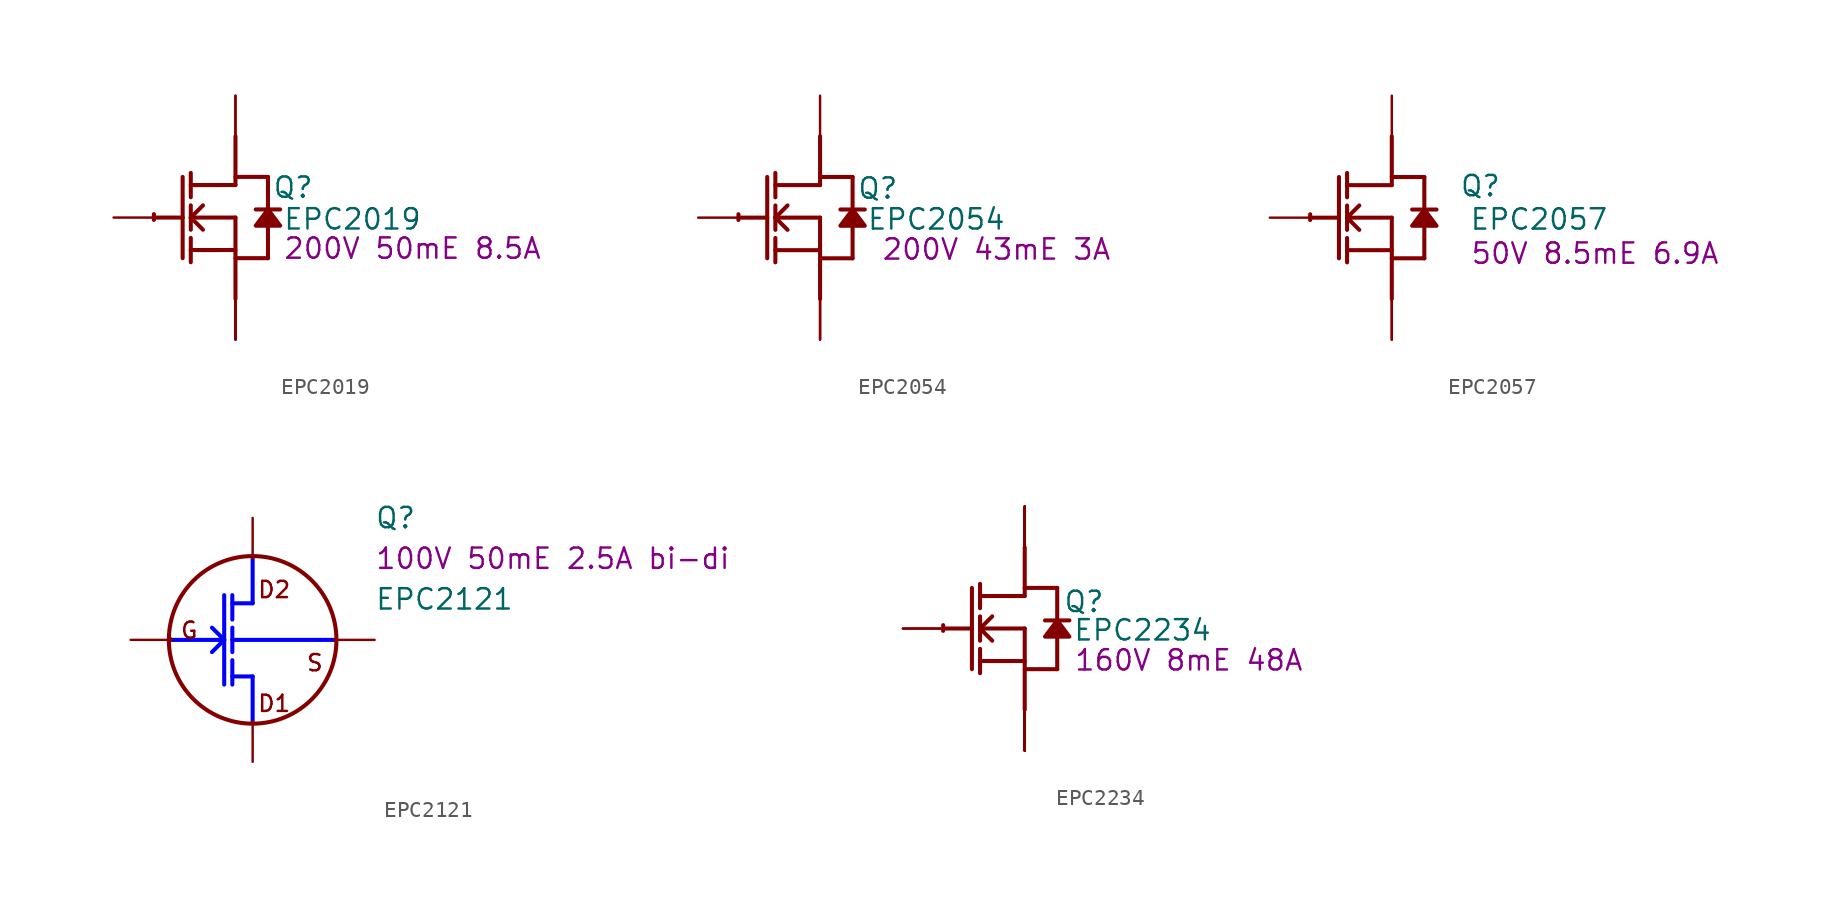
<source format=kicad_sym>
(kicad_symbol_lib
  (version 20220914)
  (generator kicad_symbol_editor)
  (symbol "EPC2019"
    (property "Reference" "Q"
      (at 3.607 1.88 0)
      (effects (font (size 1.27 1.27))))
    (property "Value" "EPC2019"
      (at 7.315 -0.102 0)
      (effects (font (size 1.27 1.27))))
    (property "Description" "200V 50mE 8.5A"
      (at 11.074 -1.93 0)
      (effects (font (size 1.27 1.27))))
    (symbol "EPC2019_1_0"
      (arc (start -5.0996 0.2128) (mid -5.1039 0.0331) (end -5.1019 -0.1467) (stroke (width 0.254) (type solid)) (fill (type none)))
      (polyline (pts (xy -5.08 0) (xy -3.302 0)) (stroke (width 0.254) (type solid)) (fill (type none)))
      (polyline (pts (xy -3.302 2.54) (xy -3.302 -2.54)) (stroke (width 0.254) (type solid)) (fill (type none)))
      (polyline (pts (xy -2.794 -2.794) (xy -2.794 -1.27)) (stroke (width 0.254) (type solid)) (fill (type none)))
      (polyline (pts (xy -2.794 -2.032) (xy -1.016 -2.032)) (stroke (width 0.254) (type solid)) (fill (type none)))
      (polyline (pts (xy -2.794 -0.762) (xy -2.794 0.762)) (stroke (width 0.254) (type solid)) (fill (type none)))
      (polyline (pts (xy -2.794 0) (xy -2.032 0.762)) (stroke (width 0.254) (type solid)) (fill (type none)))
      (polyline (pts (xy -2.794 0) (xy 0 0)) (stroke (width 0.254) (type solid)) (fill (type none)))
      (polyline (pts (xy -2.794 1.27) (xy -2.794 2.794)) (stroke (width 0.254) (type solid)) (fill (type none)))
      (polyline (pts (xy -2.286 -2.032) (xy 0 -2.032)) (stroke (width 0.254) (type solid)) (fill (type none)))
      (polyline (pts (xy -2.032 -0.762) (xy -2.794 0)) (stroke (width 0.254) (type solid)) (fill (type none)))
      (polyline (pts (xy -1.016 2.032) (xy -2.794 2.032)) (stroke (width 0.254) (type solid)) (fill (type none)))
      (polyline (pts (xy 0 -2.54) (xy 2.032 -2.54)) (stroke (width 0.254) (type solid)) (fill (type none)))
      (polyline (pts (xy 0 0) (xy 0 -5.08)) (stroke (width 0.254) (type solid)) (fill (type none)))
      (polyline (pts (xy 0 2.032) (xy -2.54 2.032)) (stroke (width 0.254) (type solid)) (fill (type none)))
      (polyline (pts (xy 0 2.032) (xy 0 5.08)) (stroke (width 0.254) (type solid)) (fill (type none)))
      (polyline (pts (xy 0 2.54) (xy 2.032 2.54)) (stroke (width 0.254) (type solid)) (fill (type none)))
      (polyline (pts (xy 2.032 -0.508) (xy 2.032 -2.54)) (stroke (width 0.254) (type solid)) (fill (type none)))
      (polyline (pts (xy 2.032 2.54) (xy 2.032 0.508)) (stroke (width 0.254) (type solid)) (fill (type none)))
      (polyline (pts (xy 2.794 0.508) (xy 1.27 0.508)) (stroke (width 0.254) (type solid)) (fill (type none)))
      (polyline (pts (xy 2.032 0.508) (xy 1.27 -0.508) (xy 2.794 -0.508) (xy 2.032 0.508)) (stroke (width 0.254) (type solid)) (fill (type outline)))
      (arc (start 0 5.104) (mid 0.0077 5.104) (end 0.0154 5.104) (stroke (width 0.254) (type solid)) (fill (type none)))
      (pin passive line (at -7.62 0 0) (length 2.54) (name "G" (effects (font (size 0 0)))) (number "1" (effects (font (size 0 0)))))
      (pin open_emitter line (at 0 -7.62 90) (length 2.54) (name "S3" (effects (font (size 0 0)))) (number "2" (effects (font (size 0 0)))))
      (pin open_collector line (at 0 7.62 270) (length 2.54) (name "D1" (effects (font (size 0 0)))) (number "3" (effects (font (size 0 0)))))
      (pin open_emitter line (at 0 -7.62 90) (length 2.54) (name "S1" (effects (font (size 0 0)))) (number "4" (effects (font (size 0 0)))))
      (pin open_collector line (at 0 7.62 270) (length 2.54) (name "D2" (effects (font (size 0 0)))) (number "5" (effects (font (size 0 0)))))
      (pin open_emitter line (at 0 -7.62 90) (length 2.54) (name "S2" (effects (font (size 0 0)))) (number "6" (effects (font (size 0 0)))))
      (pin open_emitter line (at 0 -7.62 90) (length 2.54) (name "Sub" (effects (font (size 0 0)))) (number "7" (effects (font (size 0 0)))))))
  (symbol "EPC2054"
    (property "Reference" "Q"
      (at 3.607 1.829 0)
      (effects (font (size 1.27 1.27))))
    (property "Value" "EPC2054"
      (at 7.264 -0.102 0)
      (effects (font (size 1.27 1.27))))
    (property "Description" "200V 43mE 3A"
      (at 11.024 -1.981 0)
      (effects (font (size 1.27 1.27))))
    (symbol "EPC2054_1_0"
      (arc (start -5.0996 0.2128) (mid -5.1039 0.0331) (end -5.1019 -0.1467) (stroke (width 0.254) (type solid)) (fill (type none)))
      (polyline (pts (xy -5.08 0) (xy -3.302 0)) (stroke (width 0.254) (type solid)) (fill (type none)))
      (polyline (pts (xy -3.302 2.54) (xy -3.302 -2.54)) (stroke (width 0.254) (type solid)) (fill (type none)))
      (polyline (pts (xy -2.794 -2.794) (xy -2.794 -1.27)) (stroke (width 0.254) (type solid)) (fill (type none)))
      (polyline (pts (xy -2.794 -2.032) (xy 0 -2.032)) (stroke (width 0.254) (type solid)) (fill (type none)))
      (polyline (pts (xy -2.794 -0.762) (xy -2.794 0.762)) (stroke (width 0.254) (type solid)) (fill (type none)))
      (polyline (pts (xy -2.794 0) (xy -2.032 0.762)) (stroke (width 0.254) (type solid)) (fill (type none)))
      (polyline (pts (xy -2.794 0) (xy 0 0)) (stroke (width 0.254) (type solid)) (fill (type none)))
      (polyline (pts (xy -2.794 1.27) (xy -2.794 2.794)) (stroke (width 0.254) (type solid)) (fill (type none)))
      (polyline (pts (xy -2.032 -0.762) (xy -2.794 0)) (stroke (width 0.254) (type solid)) (fill (type none)))
      (polyline (pts (xy 0 -2.54) (xy 2.032 -2.54)) (stroke (width 0.254) (type solid)) (fill (type none)))
      (polyline (pts (xy 0 0) (xy 0 -5.08)) (stroke (width 0.254) (type solid)) (fill (type none)))
      (polyline (pts (xy 0 2.032) (xy -2.794 2.032)) (stroke (width 0.254) (type solid)) (fill (type none)))
      (polyline (pts (xy 0 2.032) (xy 0 5.08)) (stroke (width 0.254) (type solid)) (fill (type none)))
      (polyline (pts (xy 0 2.54) (xy 2.032 2.54)) (stroke (width 0.254) (type solid)) (fill (type none)))
      (polyline (pts (xy 2.032 -0.508) (xy 2.032 -2.54)) (stroke (width 0.254) (type solid)) (fill (type none)))
      (polyline (pts (xy 2.032 2.54) (xy 2.032 0.508)) (stroke (width 0.254) (type solid)) (fill (type none)))
      (polyline (pts (xy 2.794 0.508) (xy 1.27 0.508)) (stroke (width 0.254) (type solid)) (fill (type none)))
      (polyline (pts (xy 2.032 0.508) (xy 1.27 -0.508) (xy 2.794 -0.508) (xy 2.032 0.508)) (stroke (width 0.254) (type solid)) (fill (type outline)))
      (pin passive line (at -7.62 0 0) (length 2.54) (name "G" (effects (font (size 0 0)))) (number "1" (effects (font (size 0 0)))))
      (pin open_emitter line (at 0 -7.62 90) (length 2.54) (name "S1" (effects (font (size 0 0)))) (number "2" (effects (font (size 0 0)))))
      (pin open_collector line (at 0 7.62 270) (length 2.54) (name "D" (effects (font (size 0 0)))) (number "3" (effects (font (size 0 0)))))
      (pin open_emitter line (at 0 -7.62 90) (length 2.54) (name "S2" (effects (font (size 0 0)))) (number "4" (effects (font (size 0 0)))))))
  (symbol "EPC2057"
    (property "Reference" "Q"
      (at 5.537 1.981 0)
      (effects (font (size 1.27 1.27))))
    (property "Value" "EPC2057"
      (at 9.195 -0.102 0)
      (effects (font (size 1.27 1.27))))
    (property "Description" "50V 8.5mE 6.9A"
      (at 12.7 -2.235 0)
      (effects (font (size 1.27 1.27))))
    (symbol "EPC2057_1_0"
      (arc (start -5.0996 0.2128) (mid -5.1039 0.0331) (end -5.1019 -0.1467) (stroke (width 0.254) (type solid)) (fill (type none)))
      (polyline (pts (xy -5.08 0) (xy -3.302 0)) (stroke (width 0.254) (type solid)) (fill (type none)))
      (polyline (pts (xy -3.302 2.54) (xy -3.302 -2.54)) (stroke (width 0.254) (type solid)) (fill (type none)))
      (polyline (pts (xy -2.794 -2.794) (xy -2.794 -1.27)) (stroke (width 0.254) (type solid)) (fill (type none)))
      (polyline (pts (xy -2.794 -2.032) (xy 0 -2.032)) (stroke (width 0.254) (type solid)) (fill (type none)))
      (polyline (pts (xy -2.794 -0.762) (xy -2.794 0.762)) (stroke (width 0.254) (type solid)) (fill (type none)))
      (polyline (pts (xy -2.794 0) (xy -2.032 0.762)) (stroke (width 0.254) (type solid)) (fill (type none)))
      (polyline (pts (xy -2.794 0) (xy 0 0)) (stroke (width 0.254) (type solid)) (fill (type none)))
      (polyline (pts (xy -2.794 1.27) (xy -2.794 2.794)) (stroke (width 0.254) (type solid)) (fill (type none)))
      (polyline (pts (xy -2.032 -0.762) (xy -2.794 0)) (stroke (width 0.254) (type solid)) (fill (type none)))
      (polyline (pts (xy 0 -2.54) (xy 2.032 -2.54)) (stroke (width 0.254) (type solid)) (fill (type none)))
      (polyline (pts (xy 0 0) (xy 0 -5.08)) (stroke (width 0.254) (type solid)) (fill (type none)))
      (polyline (pts (xy 0 2.032) (xy -2.794 2.032)) (stroke (width 0.254) (type solid)) (fill (type none)))
      (polyline (pts (xy 0 2.032) (xy 0 5.08)) (stroke (width 0.254) (type solid)) (fill (type none)))
      (polyline (pts (xy 0 2.54) (xy 2.032 2.54)) (stroke (width 0.254) (type solid)) (fill (type none)))
      (polyline (pts (xy 2.032 -0.508) (xy 2.032 -2.54)) (stroke (width 0.254) (type solid)) (fill (type none)))
      (polyline (pts (xy 2.032 2.54) (xy 2.032 0.508)) (stroke (width 0.254) (type solid)) (fill (type none)))
      (polyline (pts (xy 2.794 0.508) (xy 1.27 0.508)) (stroke (width 0.254) (type solid)) (fill (type none)))
      (polyline (pts (xy 2.032 0.508) (xy 1.27 -0.508) (xy 2.794 -0.508) (xy 2.032 0.508)) (stroke (width 0.254) (type solid)) (fill (type outline)))
      (pin passive line (at -7.62 0 0) (length 2.54) (name "G" (effects (font (size 0 0)))) (number "1" (effects (font (size 0 0)))))
      (pin open_emitter line (at 0 -7.62 90) (length 2.54) (name "S" (effects (font (size 0 0)))) (number "2" (effects (font (size 0 0)))))
      (pin open_collector line (at 0 7.62 270) (length 2.54) (name "D" (effects (font (size 0 0)))) (number "3" (effects (font (size 0 0)))))
      (pin open_emitter line (at 0 -7.62 90) (length 2.54) (name "S" (effects (font (size 0 0)))) (number "4" (effects (font (size 0 0)))))))
  (symbol "EPC2121"
    (property "Reference" "Q"
      (at 7.62 7.62 0)
      (effects (font (size 1.27 1.27)) (justify left)))
    (property "Value" "EPC2121"
      (at 7.62 2.54 0)
      (effects (font (size 1.27 1.27)) (justify left)))
    (property "Description" "100V 50mE 2.5A bi-di"
      (at 7.62 5.08 0)
      (effects (font (size 1.27 1.27)) (justify left)))
    (symbol "EPC2121_1_0"
      (arc (start -5.1039 0.0353) (mid -5.104 0.0275) (end -5.104 0.0197) (stroke (width 0.254) (type solid)) (fill (type none)))
      (polyline (pts (xy -5.08 0) (xy -1.778 0)) (stroke (width 0.254) (type solid) (color 0 0 255 1)) (fill (type none)))
      (polyline (pts (xy -1.778 0) (xy -2.54 -0.762)) (stroke (width 0.254) (type solid) (color 0 0 255 1)) (fill (type none)))
      (polyline (pts (xy -1.778 0) (xy -2.54 0.762)) (stroke (width 0.254) (type solid) (color 0 0 255 1)) (fill (type none)))
      (polyline (pts (xy -1.778 2.794) (xy -1.778 -2.794)) (stroke (width 0.254) (type solid) (color 0 0 255 1)) (fill (type none)))
      (polyline (pts (xy -1.27 -2.794) (xy -1.27 -1.27)) (stroke (width 0.254) (type solid) (color 0 0 255 1)) (fill (type none)))
      (polyline (pts (xy -1.27 -2.286) (xy 0 -2.286)) (stroke (width 0.254) (type solid) (color 0 0 255 1)) (fill (type none)))
      (polyline (pts (xy -1.27 0) (xy 5.08 0)) (stroke (width 0.254) (type solid) (color 0 0 255 1)) (fill (type none)))
      (polyline (pts (xy -1.27 0.762) (xy -1.27 -0.762)) (stroke (width 0.254) (type solid) (color 0 0 255 1)) (fill (type none)))
      (polyline (pts (xy -1.27 2.286) (xy 0 2.286)) (stroke (width 0.254) (type solid) (color 0 0 255 1)) (fill (type none)))
      (polyline (pts (xy -1.27 2.794) (xy -1.27 1.27)) (stroke (width 0.254) (type solid) (color 0 0 255 1)) (fill (type none)))
      (polyline (pts (xy 0 -2.286) (xy 0 -5.08)) (stroke (width 0.254) (type solid) (color 0 0 255 1)) (fill (type none)))
      (polyline (pts (xy 0 5.08) (xy 0 2.286)) (stroke (width 0.254) (type solid) (color 0 0 255 1)) (fill (type none)))
      (text "D1" (at 0.254 -4.572 0) (effects (font (size 1.016 1.016)) (justify left bottom)))
      (text "D2" (at 0.254 2.54 0) (effects (font (size 1.016 1.016)) (justify left bottom)))
      (text "G" (at -4.572 0 0) (effects (font (size 1.016 1.016)) (justify left bottom)))
      (text "S" (at 3.302 -2.032 0) (effects (font (size 1.016 1.016)) (justify left bottom)))
      (pin passive line (at -7.62 0 0) (length 2.54) (name "G" (effects (font (size 0 0)))) (number "1" (effects (font (size 0 0)))))
      (pin passive line (at 7.62 0 180) (length 2.54) (name "S" (effects (font (size 0 0)))) (number "2" (effects (font (size 0 0)))))
      (pin passive line (at 0 7.62 270) (length 2.54) (name "D2" (effects (font (size 0 0)))) (number "3" (effects (font (size 0 0)))))
      (pin passive line (at 0 -7.62 90) (length 2.54) (name "D1" (effects (font (size 0 0)))) (number "4" (effects (font (size 0 0))))))
    (symbol "EPC2121_1_1"
      (circle (center 0 0) (radius 5.236) (stroke (width 0.254) (type default)) (fill (type none)))))
  (symbol "EPC2234"
    (property "Reference" "Q"
      (at 3.708 1.676 0)
      (effects (font (size 1.27 1.27))))
    (property "Value" "EPC2234"
      (at 7.366 -0.102 0)
      (effects (font (size 1.27 1.27))))
    (property "Description" "160V 8mE 48A"
      (at 10.262 -1.981 0)
      (effects (font (size 1.27 1.27))))
    (symbol "EPC2234_1_0"
      (arc (start -5.0996 0.2128) (mid -5.1039 0.0331) (end -5.1019 -0.1467) (stroke (width 0.254) (type solid)) (fill (type none)))
      (polyline (pts (xy -5.08 0) (xy -3.302 0)) (stroke (width 0.254) (type solid)) (fill (type none)))
      (polyline (pts (xy -3.302 2.54) (xy -3.302 -2.54)) (stroke (width 0.254) (type solid)) (fill (type none)))
      (polyline (pts (xy -2.794 -2.794) (xy -2.794 -1.27)) (stroke (width 0.254) (type solid)) (fill (type none)))
      (polyline (pts (xy -2.794 -2.032) (xy 0 -2.032)) (stroke (width 0.254) (type solid)) (fill (type none)))
      (polyline (pts (xy -2.794 -0.762) (xy -2.794 0.762)) (stroke (width 0.254) (type solid)) (fill (type none)))
      (polyline (pts (xy -2.794 0) (xy -2.032 0.762)) (stroke (width 0.254) (type solid)) (fill (type none)))
      (polyline (pts (xy -2.794 0) (xy 0 0)) (stroke (width 0.254) (type solid)) (fill (type none)))
      (polyline (pts (xy -2.794 1.27) (xy -2.794 2.794)) (stroke (width 0.254) (type solid)) (fill (type none)))
      (polyline (pts (xy -2.032 -0.762) (xy -2.794 0)) (stroke (width 0.254) (type solid)) (fill (type none)))
      (polyline (pts (xy 0 -2.54) (xy 2.032 -2.54)) (stroke (width 0.254) (type solid)) (fill (type none)))
      (polyline (pts (xy 0 0) (xy 0 -5.08)) (stroke (width 0.254) (type solid)) (fill (type none)))
      (polyline (pts (xy 0 2.032) (xy -2.794 2.032)) (stroke (width 0.254) (type solid)) (fill (type none)))
      (polyline (pts (xy 0 2.032) (xy 0 5.08)) (stroke (width 0.254) (type solid)) (fill (type none)))
      (polyline (pts (xy 0 2.54) (xy 2.032 2.54)) (stroke (width 0.254) (type solid)) (fill (type none)))
      (polyline (pts (xy 2.032 -0.508) (xy 2.032 -2.54)) (stroke (width 0.254) (type solid)) (fill (type none)))
      (polyline (pts (xy 2.032 2.54) (xy 2.032 0.508)) (stroke (width 0.254) (type solid)) (fill (type none)))
      (polyline (pts (xy 2.794 0.508) (xy 1.27 0.508)) (stroke (width 0.254) (type solid)) (fill (type none)))
      (polyline (pts (xy 2.032 0.508) (xy 1.27 -0.508) (xy 2.794 -0.508) (xy 2.032 0.508)) (stroke (width 0.254) (type solid)) (fill (type outline)))
      (pin passive line (at -7.62 0 0) (length 2.54) (name "G" (effects (font (size 0 0)))) (number "1" (effects (font (size 0 0)))))
      (pin open_emitter line (at 0 -7.62 90) (length 2.54) (name "S3" (effects (font (size 0 0)))) (number "10" (effects (font (size 0 0)))))
      (pin open_emitter line (at 0 -7.62 90) (length 2.54) (name "S4" (effects (font (size 0 0)))) (number "11" (effects (font (size 0 0)))))
      (pin open_emitter line (at 0 -7.62 90) (length 2.54) (name "Sub" (effects (font (size 0 0)))) (number "12" (effects (font (size 0 0)))))
      (pin open_emitter line (at 0 -7.62 90) (length 2.54) (name "S5" (effects (font (size 0 0)))) (number "13" (effects (font (size 0 0)))))
      (pin open_emitter line (at 0 -7.62 90) (length 2.54) (name "S6" (effects (font (size 0 0)))) (number "14" (effects (font (size 0 0)))))
      (pin open_collector line (at 0 7.62 270) (length 2.54) (name "D6" (effects (font (size 0 0)))) (number "15" (effects (font (size 0 0)))))
      (pin open_collector line (at 0 7.62 270) (length 2.54) (name "D7" (effects (font (size 0 0)))) (number "16" (effects (font (size 0 0)))))
      (pin open_collector line (at 0 7.62 270) (length 2.54) (name "D8" (effects (font (size 0 0)))) (number "17" (effects (font (size 0 0)))))
      (pin open_collector line (at 0 7.62 270) (length 2.54) (name "D9" (effects (font (size 0 0)))) (number "18" (effects (font (size 0 0)))))
      (pin open_collector line (at 0 7.62 270) (length 2.54) (name "D10" (effects (font (size 0 0)))) (number "19" (effects (font (size 0 0)))))
      (pin passive line (at -7.62 0 0) (length 2.54) (name "G" (effects (font (size 0 0)))) (number "2" (effects (font (size 0 0)))))
      (pin open_emitter line (at 0 -7.62 90) (length 2.54) (name "S7" (effects (font (size 0 0)))) (number "20" (effects (font (size 0 0)))))
      (pin open_emitter line (at 0 -7.62 90) (length 2.54) (name "S8" (effects (font (size 0 0)))) (number "21" (effects (font (size 0 0)))))
      (pin open_emitter line (at 0 -7.62 90) (length 2.54) (name "S9" (effects (font (size 0 0)))) (number "22" (effects (font (size 0 0)))))
      (pin open_emitter line (at 0 -7.62 90) (length 2.54) (name "S10" (effects (font (size 0 0)))) (number "23" (effects (font (size 0 0)))))
      (pin open_emitter line (at 0 -7.62 90) (length 2.54) (name "S11" (effects (font (size 0 0)))) (number "24" (effects (font (size 0 0)))))
      (pin open_emitter line (at 0 -7.62 90) (length 2.54) (name "S1" (effects (font (size 0 0)))) (number "3" (effects (font (size 0 0)))))
      (pin open_emitter line (at 0 -7.62 90) (length 2.54) (name "S2" (effects (font (size 0 0)))) (number "4" (effects (font (size 0 0)))))
      (pin open_collector line (at 0 7.62 270) (length 2.54) (name "D1" (effects (font (size 0 0)))) (number "5" (effects (font (size 0 0)))))
      (pin open_collector line (at 0 7.62 270) (length 2.54) (name "D2" (effects (font (size 0 0)))) (number "6" (effects (font (size 0 0)))))
      (pin open_collector line (at 0 7.62 270) (length 2.54) (name "D3" (effects (font (size 0 0)))) (number "7" (effects (font (size 0 0)))))
      (pin open_collector line (at 0 7.62 270) (length 2.54) (name "D4" (effects (font (size 0 0)))) (number "8" (effects (font (size 0 0)))))
      (pin open_collector line (at 0 7.62 270) (length 2.54) (name "D5" (effects (font (size 0 0)))) (number "9" (effects (font (size 0 0))))))))
</source>
